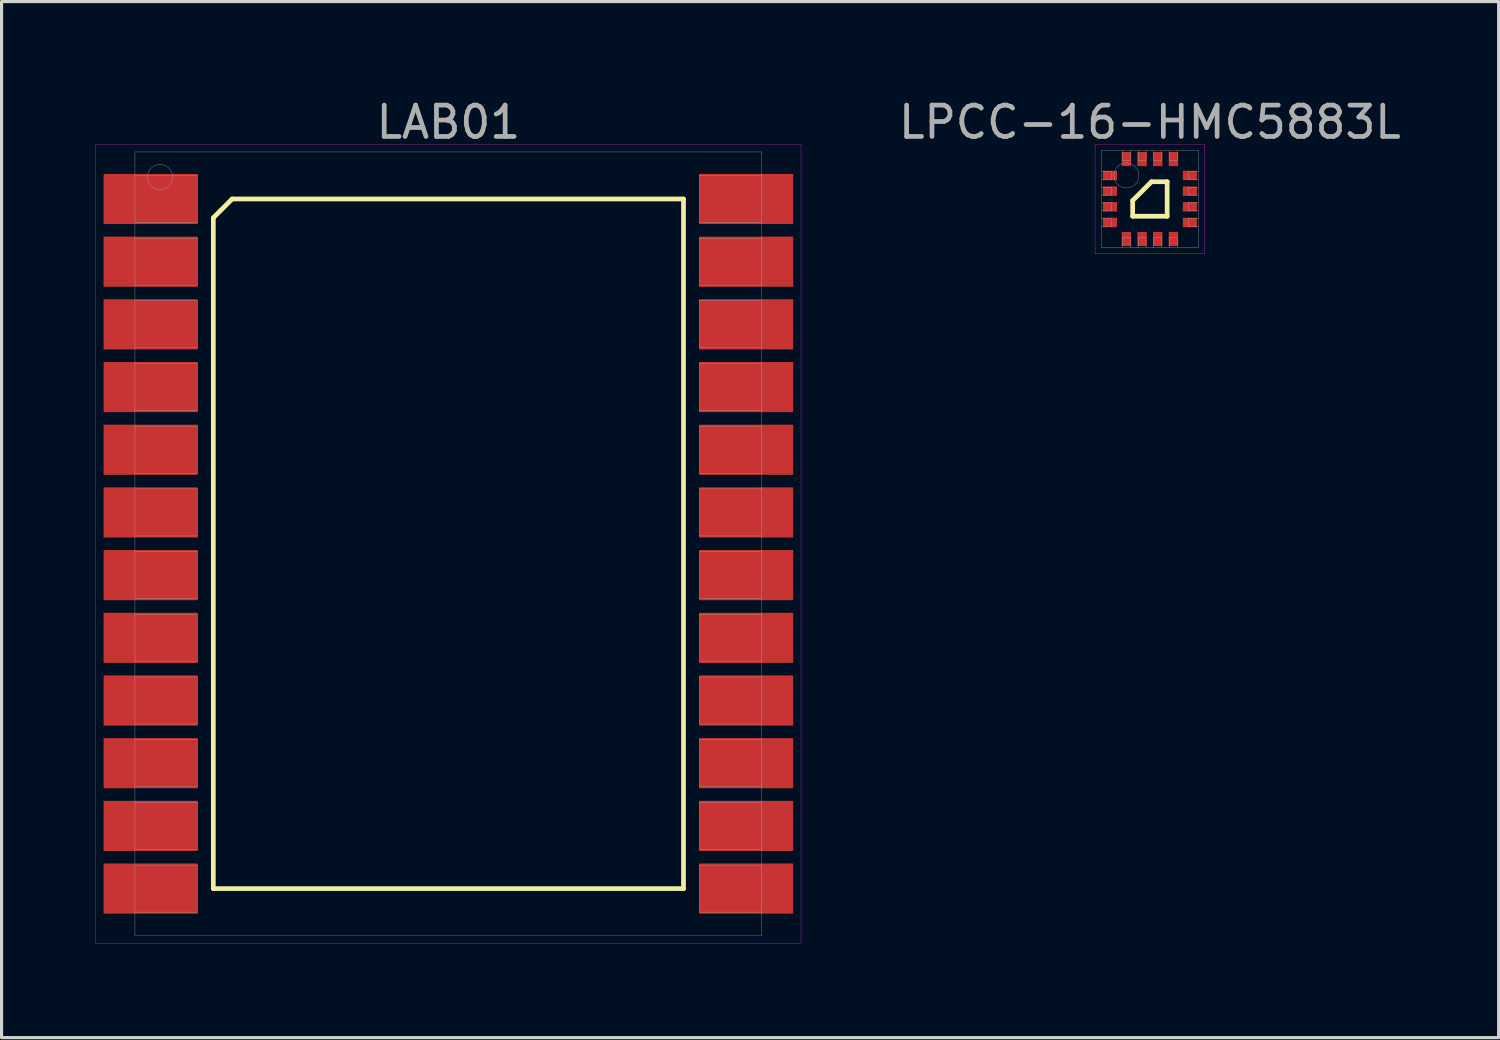
<source format=kicad_pcb>
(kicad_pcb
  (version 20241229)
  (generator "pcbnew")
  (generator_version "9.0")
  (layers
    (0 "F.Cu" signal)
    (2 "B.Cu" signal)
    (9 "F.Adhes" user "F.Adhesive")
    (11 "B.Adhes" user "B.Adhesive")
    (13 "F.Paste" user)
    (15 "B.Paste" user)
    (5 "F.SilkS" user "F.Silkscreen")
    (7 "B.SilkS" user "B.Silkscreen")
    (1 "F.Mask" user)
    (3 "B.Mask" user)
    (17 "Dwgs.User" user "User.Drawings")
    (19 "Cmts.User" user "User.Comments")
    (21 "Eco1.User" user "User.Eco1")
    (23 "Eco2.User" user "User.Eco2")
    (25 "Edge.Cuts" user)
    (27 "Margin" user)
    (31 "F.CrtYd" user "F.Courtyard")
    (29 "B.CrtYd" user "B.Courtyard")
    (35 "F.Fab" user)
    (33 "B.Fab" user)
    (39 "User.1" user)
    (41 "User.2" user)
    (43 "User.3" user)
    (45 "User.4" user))
  (footprint "LPCC-16-HMC5883L"
    (layer "F.Cu")
    (at 33.635 3.298)
    (property "Reference" "LPCC-16-HMC5883L" (at 0 -2.45 0) (layer "F.Fab") (effects (font (size 1 1) (thickness 0.15))))
    (attr through_hole)
    (fp_line (start -0.55 0.05) (end 0.05 -0.55) (stroke (width 0.15) (type solid)) (layer "F.SilkS"))
    (fp_line (start -0.55 0.55) (end -0.55 0.05) (stroke (width 0.15) (type solid)) (layer "F.SilkS"))
    (fp_line (start 0.05 -0.55) (end 0.55 -0.55) (stroke (width 0.15) (type solid)) (layer "F.SilkS"))
    (fp_line (start 0.55 -0.55) (end 0.55 0.55) (stroke (width 0.15) (type solid)) (layer "F.SilkS"))
    (fp_line (start 0.55 0.55) (end -0.55 0.55) (stroke (width 0.15) (type solid)) (layer "F.SilkS"))
    (fp_line (start -1.75 -1.75) (end 1.75 -1.75) (stroke (width 0.01) (type solid)) (layer "F.CrtYd"))
    (fp_line (start -1.75 1.75) (end -1.75 -1.75) (stroke (width 0.01) (type solid)) (layer "F.CrtYd"))
    (fp_line (start 1.75 -1.75) (end 1.75 1.75) (stroke (width 0.01) (type solid)) (layer "F.CrtYd"))
    (fp_line (start 1.75 1.75) (end -1.75 1.75) (stroke (width 0.01) (type solid)) (layer "F.CrtYd"))
    (fp_line (start -1.55 -1.55) (end 1.55 -1.55) (stroke (width 0.01) (type solid)) (layer "F.Fab"))
    (fp_line (start -1.55 -0.625) (end -1.225 -0.625) (stroke (width 0.01) (type solid)) (layer "F.Fab"))
    (fp_line (start -1.55 -0.125) (end -1.225 -0.125) (stroke (width 0.01) (type solid)) (layer "F.Fab"))
    (fp_line (start -1.55 0.375) (end -1.225 0.375) (stroke (width 0.01) (type solid)) (layer "F.Fab"))
    (fp_line (start -1.55 0.875) (end -1.225 0.875) (stroke (width 0.01) (type solid)) (layer "F.Fab"))
    (fp_line (start -1.55 1.55) (end -1.55 -1.55) (stroke (width 0.01) (type solid)) (layer "F.Fab"))
    (fp_line (start -1.225 -0.875) (end -1.55 -0.875) (stroke (width 0.01) (type solid)) (layer "F.Fab"))
    (fp_line (start -1.225 -0.625) (end -1.225 -0.875) (stroke (width 0.01) (type solid)) (layer "F.Fab"))
    (fp_line (start -1.225 -0.375) (end -1.55 -0.375) (stroke (width 0.01) (type solid)) (layer "F.Fab"))
    (fp_line (start -1.225 -0.125) (end -1.225 -0.375) (stroke (width 0.01) (type solid)) (layer "F.Fab"))
    (fp_line (start -1.225 0.125) (end -1.55 0.125) (stroke (width 0.01) (type solid)) (layer "F.Fab"))
    (fp_line (start -1.225 0.375) (end -1.225 0.125) (stroke (width 0.01) (type solid)) (layer "F.Fab"))
    (fp_line (start -1.225 0.625) (end -1.55 0.625) (stroke (width 0.01) (type solid)) (layer "F.Fab"))
    (fp_line (start -1.225 0.875) (end -1.225 0.625) (stroke (width 0.01) (type solid)) (layer "F.Fab"))
    (fp_line (start -0.875 -1.55) (end -0.875 -1.225) (stroke (width 0.01) (type solid)) (layer "F.Fab"))
    (fp_line (start -0.875 -1.225) (end -0.625 -1.225) (stroke (width 0.01) (type solid)) (layer "F.Fab"))
    (fp_line (start -0.875 1.225) (end -0.875 1.55) (stroke (width 0.01) (type solid)) (layer "F.Fab"))
    (fp_line (start -0.625 -1.225) (end -0.625 -1.55) (stroke (width 0.01) (type solid)) (layer "F.Fab"))
    (fp_line (start -0.625 1.225) (end -0.875 1.225) (stroke (width 0.01) (type solid)) (layer "F.Fab"))
    (fp_line (start -0.625 1.55) (end -0.625 1.225) (stroke (width 0.01) (type solid)) (layer "F.Fab"))
    (fp_line (start -0.375 -1.55) (end -0.375 -1.225) (stroke (width 0.01) (type solid)) (layer "F.Fab"))
    (fp_line (start -0.375 -1.225) (end -0.125 -1.225) (stroke (width 0.01) (type solid)) (layer "F.Fab"))
    (fp_line (start -0.375 1.225) (end -0.375 1.55) (stroke (width 0.01) (type solid)) (layer "F.Fab"))
    (fp_line (start -0.125 -1.225) (end -0.125 -1.55) (stroke (width 0.01) (type solid)) (layer "F.Fab"))
    (fp_line (start -0.125 1.225) (end -0.375 1.225) (stroke (width 0.01) (type solid)) (layer "F.Fab"))
    (fp_line (start -0.125 1.55) (end -0.125 1.225) (stroke (width 0.01) (type solid)) (layer "F.Fab"))
    (fp_line (start 0.125 -1.55) (end 0.125 -1.225) (stroke (width 0.01) (type solid)) (layer "F.Fab"))
    (fp_line (start 0.125 -1.225) (end 0.375 -1.225) (stroke (width 0.01) (type solid)) (layer "F.Fab"))
    (fp_line (start 0.125 1.225) (end 0.125 1.55) (stroke (width 0.01) (type solid)) (layer "F.Fab"))
    (fp_line (start 0.375 -1.225) (end 0.375 -1.55) (stroke (width 0.01) (type solid)) (layer "F.Fab"))
    (fp_line (start 0.375 1.225) (end 0.125 1.225) (stroke (width 0.01) (type solid)) (layer "F.Fab"))
    (fp_line (start 0.375 1.55) (end 0.375 1.225) (stroke (width 0.01) (type solid)) (layer "F.Fab"))
    (fp_line (start 0.625 -1.55) (end 0.625 -1.225) (stroke (width 0.01) (type solid)) (layer "F.Fab"))
    (fp_line (start 0.625 -1.225) (end 0.875 -1.225) (stroke (width 0.01) (type solid)) (layer "F.Fab"))
    (fp_line (start 0.625 1.225) (end 0.625 1.55) (stroke (width 0.01) (type solid)) (layer "F.Fab"))
    (fp_line (start 0.875 -1.225) (end 0.875 -1.55) (stroke (width 0.01) (type solid)) (layer "F.Fab"))
    (fp_line (start 0.875 1.225) (end 0.625 1.225) (stroke (width 0.01) (type solid)) (layer "F.Fab"))
    (fp_line (start 0.875 1.55) (end 0.875 1.225) (stroke (width 0.01) (type solid)) (layer "F.Fab"))
    (fp_line (start 1.225 -0.875) (end 1.225 -0.625) (stroke (width 0.01) (type solid)) (layer "F.Fab"))
    (fp_line (start 1.225 -0.625) (end 1.55 -0.625) (stroke (width 0.01) (type solid)) (layer "F.Fab"))
    (fp_line (start 1.225 -0.375) (end 1.225 -0.125) (stroke (width 0.01) (type solid)) (layer "F.Fab"))
    (fp_line (start 1.225 -0.125) (end 1.55 -0.125) (stroke (width 0.01) (type solid)) (layer "F.Fab"))
    (fp_line (start 1.225 0.125) (end 1.225 0.375) (stroke (width 0.01) (type solid)) (layer "F.Fab"))
    (fp_line (start 1.225 0.375) (end 1.55 0.375) (stroke (width 0.01) (type solid)) (layer "F.Fab"))
    (fp_line (start 1.225 0.625) (end 1.225 0.875) (stroke (width 0.01) (type solid)) (layer "F.Fab"))
    (fp_line (start 1.225 0.875) (end 1.55 0.875) (stroke (width 0.01) (type solid)) (layer "F.Fab"))
    (fp_line (start 1.55 -1.55) (end 1.55 1.55) (stroke (width 0.01) (type solid)) (layer "F.Fab"))
    (fp_line (start 1.55 -0.875) (end 1.225 -0.875) (stroke (width 0.01) (type solid)) (layer "F.Fab"))
    (fp_line (start 1.55 -0.375) (end 1.225 -0.375) (stroke (width 0.01) (type solid)) (layer "F.Fab"))
    (fp_line (start 1.55 0.125) (end 1.225 0.125) (stroke (width 0.01) (type solid)) (layer "F.Fab"))
    (fp_line (start 1.55 0.625) (end 1.225 0.625) (stroke (width 0.01) (type solid)) (layer "F.Fab"))
    (fp_line (start 1.55 1.55) (end -1.55 1.55) (stroke (width 0.01) (type solid)) (layer "F.Fab"))
    (fp_circle (center -0.75 -0.75) (end -0.75 -0.35) (stroke (width 0.01) (type solid)) (fill no) (layer "F.Fab"))
    (pad "1" smd rect (at -1.275 -0.75) (size 0.45 0.3) (layers "F.Cu" "F.Mask" "F.Paste"))
    (pad "2" smd rect (at -1.275 -0.25) (size 0.45 0.3) (layers "F.Cu" "F.Mask" "F.Paste"))
    (pad "3" smd rect (at -1.275 0.25) (size 0.45 0.3) (layers "F.Cu" "F.Mask" "F.Paste"))
    (pad "4" smd rect (at -1.275 0.75) (size 0.45 0.3) (layers "F.Cu" "F.Mask" "F.Paste"))
    (pad "5" smd rect (at -0.75 1.275) (size 0.3 0.45) (layers "F.Cu" "F.Mask" "F.Paste"))
    (pad "6" smd rect (at -0.25 1.275) (size 0.3 0.45) (layers "F.Cu" "F.Mask" "F.Paste"))
    (pad "7" smd rect (at 0.25 1.275) (size 0.3 0.45) (layers "F.Cu" "F.Mask" "F.Paste"))
    (pad "8" smd rect (at 0.75 1.275) (size 0.3 0.45) (layers "F.Cu" "F.Mask" "F.Paste"))
    (pad "9" smd rect (at 1.275 0.75) (size 0.45 0.3) (layers "F.Cu" "F.Mask" "F.Paste"))
    (pad "10" smd rect (at 1.275 0.25) (size 0.45 0.3) (layers "F.Cu" "F.Mask" "F.Paste"))
    (pad "11" smd rect (at 1.275 -0.25) (size 0.45 0.3) (layers "F.Cu" "F.Mask" "F.Paste"))
    (pad "12" smd rect (at 1.275 -0.75) (size 0.45 0.3) (layers "F.Cu" "F.Mask" "F.Paste"))
    (pad "13" smd rect (at 0.75 -1.275) (size 0.3 0.45) (layers "F.Cu" "F.Mask" "F.Paste"))
    (pad "14" smd rect (at 0.25 -1.275) (size 0.3 0.45) (layers "F.Cu" "F.Mask" "F.Paste"))
    (pad "15" smd rect (at -0.25 -1.275) (size 0.3 0.45) (layers "F.Cu" "F.Mask" "F.Paste"))
    (pad "16" smd rect (at -0.75 -1.275) (size 0.3 0.45) (layers "F.Cu" "F.Mask" "F.Paste")))
  (footprint "LAB01"
    (layer "F.Cu")
    (at 11.255 14.298)
    (property "Reference" "LAB01" (at 0 -13.45 0) (layer "F.Fab") (effects (font (size 1 1) (thickness 0.15))))
    (attr through_hole)
    (fp_line (start -7.5 -10.4) (end -6.9 -11) (stroke (width 0.15) (type solid)) (layer "F.SilkS"))
    (fp_line (start -7.5 11) (end -7.5 -10.4) (stroke (width 0.15) (type solid)) (layer "F.SilkS"))
    (fp_line (start -6.9 -11) (end 7.5 -11) (stroke (width 0.15) (type solid)) (layer "F.SilkS"))
    (fp_line (start 7.5 -11) (end 7.5 11) (stroke (width 0.15) (type solid)) (layer "F.SilkS"))
    (fp_line (start 7.5 11) (end -7.5 11) (stroke (width 0.15) (type solid)) (layer "F.SilkS"))
    (fp_line (start -11.25 -12.75) (end 11.25 -12.75) (stroke (width 0.01) (type solid)) (layer "F.CrtYd"))
    (fp_line (start -11.25 12.75) (end -11.25 -12.75) (stroke (width 0.01) (type solid)) (layer "F.CrtYd"))
    (fp_line (start 11.25 -12.75) (end 11.25 12.75) (stroke (width 0.01) (type solid)) (layer "F.CrtYd"))
    (fp_line (start 11.25 12.75) (end -11.25 12.75) (stroke (width 0.01) (type solid)) (layer "F.CrtYd"))
    (fp_line (start -10 -12.5) (end 10 -12.5) (stroke (width 0.01) (type solid)) (layer "F.Fab"))
    (fp_line (start -10 -10.25) (end -8 -10.25) (stroke (width 0.01) (type solid)) (layer "F.Fab"))
    (fp_line (start -10 -8.25) (end -8 -8.25) (stroke (width 0.01) (type solid)) (layer "F.Fab"))
    (fp_line (start -10 -6.25) (end -8 -6.25) (stroke (width 0.01) (type solid)) (layer "F.Fab"))
    (fp_line (start -10 -4.25) (end -8 -4.25) (stroke (width 0.01) (type solid)) (layer "F.Fab"))
    (fp_line (start -10 -2.25) (end -8 -2.25) (stroke (width 0.01) (type solid)) (layer "F.Fab"))
    (fp_line (start -10 -0.25) (end -8 -0.25) (stroke (width 0.01) (type solid)) (layer "F.Fab"))
    (fp_line (start -10 1.75) (end -8 1.75) (stroke (width 0.01) (type solid)) (layer "F.Fab"))
    (fp_line (start -10 3.75) (end -8 3.75) (stroke (width 0.01) (type solid)) (layer "F.Fab"))
    (fp_line (start -10 5.75) (end -8 5.75) (stroke (width 0.01) (type solid)) (layer "F.Fab"))
    (fp_line (start -10 7.75) (end -8 7.75) (stroke (width 0.01) (type solid)) (layer "F.Fab"))
    (fp_line (start -10 9.75) (end -8 9.75) (stroke (width 0.01) (type solid)) (layer "F.Fab"))
    (fp_line (start -10 11.75) (end -8 11.75) (stroke (width 0.01) (type solid)) (layer "F.Fab"))
    (fp_line (start -10 12.5) (end -10 -12.5) (stroke (width 0.01) (type solid)) (layer "F.Fab"))
    (fp_line (start -8 -11.75) (end -10 -11.75) (stroke (width 0.01) (type solid)) (layer "F.Fab"))
    (fp_line (start -8 -10.25) (end -8 -11.75) (stroke (width 0.01) (type solid)) (layer "F.Fab"))
    (fp_line (start -8 -9.75) (end -10 -9.75) (stroke (width 0.01) (type solid)) (layer "F.Fab"))
    (fp_line (start -8 -8.25) (end -8 -9.75) (stroke (width 0.01) (type solid)) (layer "F.Fab"))
    (fp_line (start -8 -7.75) (end -10 -7.75) (stroke (width 0.01) (type solid)) (layer "F.Fab"))
    (fp_line (start -8 -6.25) (end -8 -7.75) (stroke (width 0.01) (type solid)) (layer "F.Fab"))
    (fp_line (start -8 -5.75) (end -10 -5.75) (stroke (width 0.01) (type solid)) (layer "F.Fab"))
    (fp_line (start -8 -4.25) (end -8 -5.75) (stroke (width 0.01) (type solid)) (layer "F.Fab"))
    (fp_line (start -8 -3.75) (end -10 -3.75) (stroke (width 0.01) (type solid)) (layer "F.Fab"))
    (fp_line (start -8 -2.25) (end -8 -3.75) (stroke (width 0.01) (type solid)) (layer "F.Fab"))
    (fp_line (start -8 -1.75) (end -10 -1.75) (stroke (width 0.01) (type solid)) (layer "F.Fab"))
    (fp_line (start -8 -0.25) (end -8 -1.75) (stroke (width 0.01) (type solid)) (layer "F.Fab"))
    (fp_line (start -8 0.25) (end -10 0.25) (stroke (width 0.01) (type solid)) (layer "F.Fab"))
    (fp_line (start -8 1.75) (end -8 0.25) (stroke (width 0.01) (type solid)) (layer "F.Fab"))
    (fp_line (start -8 2.25) (end -10 2.25) (stroke (width 0.01) (type solid)) (layer "F.Fab"))
    (fp_line (start -8 3.75) (end -8 2.25) (stroke (width 0.01) (type solid)) (layer "F.Fab"))
    (fp_line (start -8 4.25) (end -10 4.25) (stroke (width 0.01) (type solid)) (layer "F.Fab"))
    (fp_line (start -8 5.75) (end -8 4.25) (stroke (width 0.01) (type solid)) (layer "F.Fab"))
    (fp_line (start -8 6.25) (end -10 6.25) (stroke (width 0.01) (type solid)) (layer "F.Fab"))
    (fp_line (start -8 7.75) (end -8 6.25) (stroke (width 0.01) (type solid)) (layer "F.Fab"))
    (fp_line (start -8 8.25) (end -10 8.25) (stroke (width 0.01) (type solid)) (layer "F.Fab"))
    (fp_line (start -8 9.75) (end -8 8.25) (stroke (width 0.01) (type solid)) (layer "F.Fab"))
    (fp_line (start -8 10.25) (end -10 10.25) (stroke (width 0.01) (type solid)) (layer "F.Fab"))
    (fp_line (start -8 11.75) (end -8 10.25) (stroke (width 0.01) (type solid)) (layer "F.Fab"))
    (fp_line (start 8 -11.75) (end 8 -10.25) (stroke (width 0.01) (type solid)) (layer "F.Fab"))
    (fp_line (start 8 -10.25) (end 10 -10.25) (stroke (width 0.01) (type solid)) (layer "F.Fab"))
    (fp_line (start 8 -9.75) (end 8 -8.25) (stroke (width 0.01) (type solid)) (layer "F.Fab"))
    (fp_line (start 8 -8.25) (end 10 -8.25) (stroke (width 0.01) (type solid)) (layer "F.Fab"))
    (fp_line (start 8 -7.75) (end 8 -6.25) (stroke (width 0.01) (type solid)) (layer "F.Fab"))
    (fp_line (start 8 -6.25) (end 10 -6.25) (stroke (width 0.01) (type solid)) (layer "F.Fab"))
    (fp_line (start 8 -5.75) (end 8 -4.25) (stroke (width 0.01) (type solid)) (layer "F.Fab"))
    (fp_line (start 8 -4.25) (end 10 -4.25) (stroke (width 0.01) (type solid)) (layer "F.Fab"))
    (fp_line (start 8 -3.75) (end 8 -2.25) (stroke (width 0.01) (type solid)) (layer "F.Fab"))
    (fp_line (start 8 -2.25) (end 10 -2.25) (stroke (width 0.01) (type solid)) (layer "F.Fab"))
    (fp_line (start 8 -1.75) (end 8 -0.25) (stroke (width 0.01) (type solid)) (layer "F.Fab"))
    (fp_line (start 8 -0.25) (end 10 -0.25) (stroke (width 0.01) (type solid)) (layer "F.Fab"))
    (fp_line (start 8 0.25) (end 8 1.75) (stroke (width 0.01) (type solid)) (layer "F.Fab"))
    (fp_line (start 8 1.75) (end 10 1.75) (stroke (width 0.01) (type solid)) (layer "F.Fab"))
    (fp_line (start 8 2.25) (end 8 3.75) (stroke (width 0.01) (type solid)) (layer "F.Fab"))
    (fp_line (start 8 3.75) (end 10 3.75) (stroke (width 0.01) (type solid)) (layer "F.Fab"))
    (fp_line (start 8 4.25) (end 8 5.75) (stroke (width 0.01) (type solid)) (layer "F.Fab"))
    (fp_line (start 8 5.75) (end 10 5.75) (stroke (width 0.01) (type solid)) (layer "F.Fab"))
    (fp_line (start 8 6.25) (end 8 7.75) (stroke (width 0.01) (type solid)) (layer "F.Fab"))
    (fp_line (start 8 7.75) (end 10 7.75) (stroke (width 0.01) (type solid)) (layer "F.Fab"))
    (fp_line (start 8 8.25) (end 8 9.75) (stroke (width 0.01) (type solid)) (layer "F.Fab"))
    (fp_line (start 8 9.75) (end 10 9.75) (stroke (width 0.01) (type solid)) (layer "F.Fab"))
    (fp_line (start 8 10.25) (end 8 11.75) (stroke (width 0.01) (type solid)) (layer "F.Fab"))
    (fp_line (start 8 11.75) (end 10 11.75) (stroke (width 0.01) (type solid)) (layer "F.Fab"))
    (fp_line (start 10 -12.5) (end 10 12.5) (stroke (width 0.01) (type solid)) (layer "F.Fab"))
    (fp_line (start 10 -11.75) (end 8 -11.75) (stroke (width 0.01) (type solid)) (layer "F.Fab"))
    (fp_line (start 10 -9.75) (end 8 -9.75) (stroke (width 0.01) (type solid)) (layer "F.Fab"))
    (fp_line (start 10 -7.75) (end 8 -7.75) (stroke (width 0.01) (type solid)) (layer "F.Fab"))
    (fp_line (start 10 -5.75) (end 8 -5.75) (stroke (width 0.01) (type solid)) (layer "F.Fab"))
    (fp_line (start 10 -3.75) (end 8 -3.75) (stroke (width 0.01) (type solid)) (layer "F.Fab"))
    (fp_line (start 10 -1.75) (end 8 -1.75) (stroke (width 0.01) (type solid)) (layer "F.Fab"))
    (fp_line (start 10 0.25) (end 8 0.25) (stroke (width 0.01) (type solid)) (layer "F.Fab"))
    (fp_line (start 10 2.25) (end 8 2.25) (stroke (width 0.01) (type solid)) (layer "F.Fab"))
    (fp_line (start 10 4.25) (end 8 4.25) (stroke (width 0.01) (type solid)) (layer "F.Fab"))
    (fp_line (start 10 6.25) (end 8 6.25) (stroke (width 0.01) (type solid)) (layer "F.Fab"))
    (fp_line (start 10 8.25) (end 8 8.25) (stroke (width 0.01) (type solid)) (layer "F.Fab"))
    (fp_line (start 10 10.25) (end 8 10.25) (stroke (width 0.01) (type solid)) (layer "F.Fab"))
    (fp_line (start 10 12.5) (end -10 12.5) (stroke (width 0.01) (type solid)) (layer "F.Fab"))
    (fp_circle (center -9.2 -11.7) (end -9.2 -11.3) (stroke (width 0.01) (type solid)) (fill no) (layer "F.Fab"))
    (pad "1" smd rect (at -9.5 -11) (size 3 1.6) (layers "F.Cu" "F.Mask" "F.Paste"))
    (pad "2" smd rect (at -9.5 -9) (size 3 1.6) (layers "F.Cu" "F.Mask" "F.Paste"))
    (pad "3" smd rect (at -9.5 -7) (size 3 1.6) (layers "F.Cu" "F.Mask" "F.Paste"))
    (pad "4" smd rect (at -9.5 -5) (size 3 1.6) (layers "F.Cu" "F.Mask" "F.Paste"))
    (pad "5" smd rect (at -9.5 -3) (size 3 1.6) (layers "F.Cu" "F.Mask" "F.Paste"))
    (pad "6" smd rect (at -9.5 -1) (size 3 1.6) (layers "F.Cu" "F.Mask" "F.Paste"))
    (pad "7" smd rect (at -9.5 1) (size 3 1.6) (layers "F.Cu" "F.Mask" "F.Paste"))
    (pad "8" smd rect (at -9.5 3) (size 3 1.6) (layers "F.Cu" "F.Mask" "F.Paste"))
    (pad "9" smd rect (at -9.5 5) (size 3 1.6) (layers "F.Cu" "F.Mask" "F.Paste"))
    (pad "10" smd rect (at -9.5 7) (size 3 1.6) (layers "F.Cu" "F.Mask" "F.Paste"))
    (pad "11" smd rect (at -9.5 9) (size 3 1.6) (layers "F.Cu" "F.Mask" "F.Paste"))
    (pad "12" smd rect (at -9.5 11) (size 3 1.6) (layers "F.Cu" "F.Mask" "F.Paste"))
    (pad "13" smd rect (at 9.5 11) (size 3 1.6) (layers "F.Cu" "F.Mask" "F.Paste"))
    (pad "14" smd rect (at 9.5 9) (size 3 1.6) (layers "F.Cu" "F.Mask" "F.Paste"))
    (pad "15" smd rect (at 9.5 7) (size 3 1.6) (layers "F.Cu" "F.Mask" "F.Paste"))
    (pad "16" smd rect (at 9.5 5) (size 3 1.6) (layers "F.Cu" "F.Mask" "F.Paste"))
    (pad "17" smd rect (at 9.5 3) (size 3 1.6) (layers "F.Cu" "F.Mask" "F.Paste"))
    (pad "18" smd rect (at 9.5 1) (size 3 1.6) (layers "F.Cu" "F.Mask" "F.Paste"))
    (pad "19" smd rect (at 9.5 -1) (size 3 1.6) (layers "F.Cu" "F.Mask" "F.Paste"))
    (pad "20" smd rect (at 9.5 -3) (size 3 1.6) (layers "F.Cu" "F.Mask" "F.Paste"))
    (pad "21" smd rect (at 9.5 -5) (size 3 1.6) (layers "F.Cu" "F.Mask" "F.Paste"))
    (pad "22" smd rect (at 9.5 -7) (size 3 1.6) (layers "F.Cu" "F.Mask" "F.Paste"))
    (pad "23" smd rect (at 9.5 -9) (size 3 1.6) (layers "F.Cu" "F.Mask" "F.Paste"))
    (pad "24" smd rect (at 9.5 -11) (size 3 1.6) (layers "F.Cu" "F.Mask" "F.Paste")))
  (gr_rect
    (start -3 -3)
    (end 44.76 30.053)
    (stroke (width 0.1) (type default))
    (fill no)
    (layer "Edge.Cuts")))
</source>
